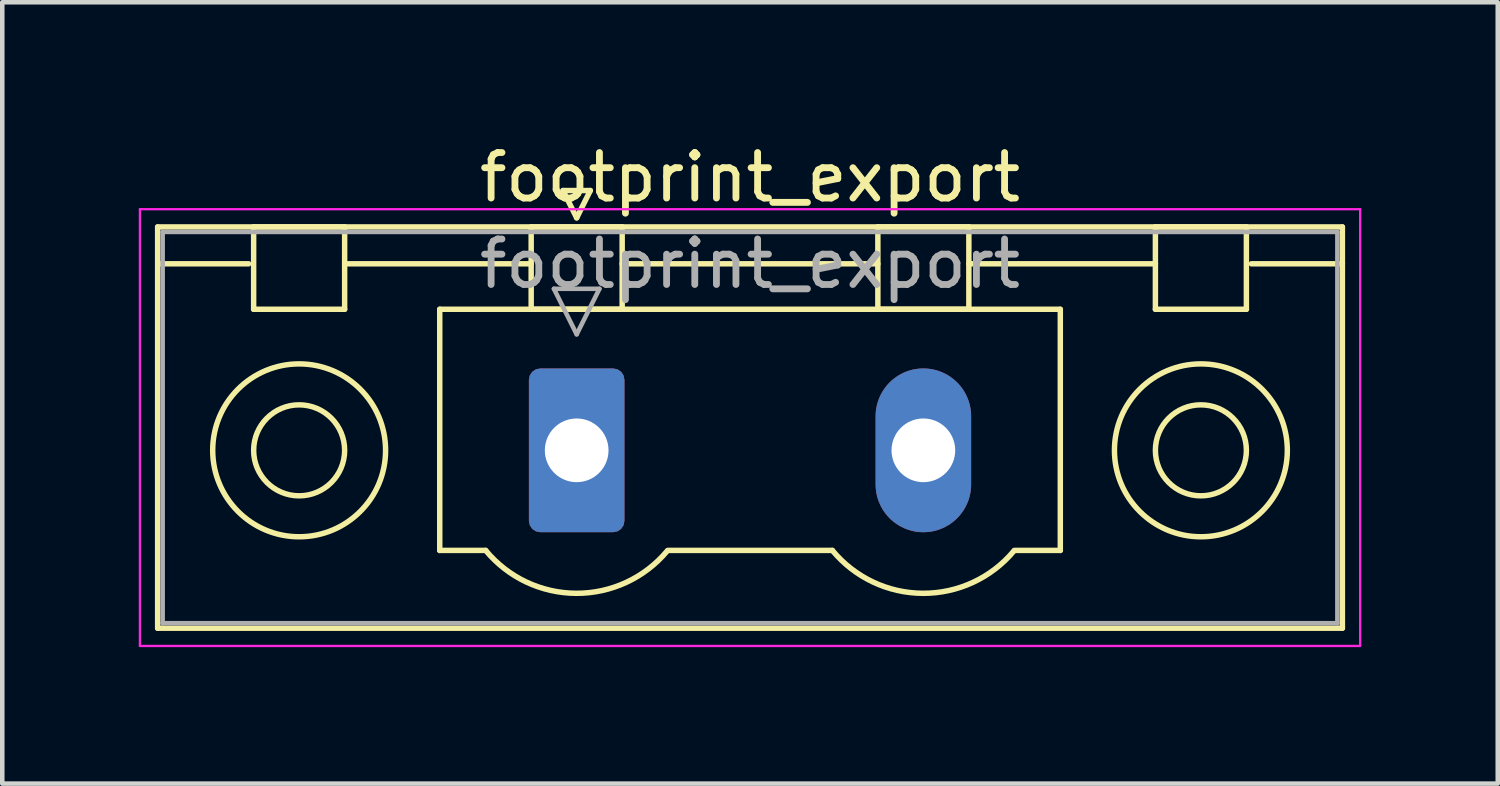
<source format=kicad_pcb>
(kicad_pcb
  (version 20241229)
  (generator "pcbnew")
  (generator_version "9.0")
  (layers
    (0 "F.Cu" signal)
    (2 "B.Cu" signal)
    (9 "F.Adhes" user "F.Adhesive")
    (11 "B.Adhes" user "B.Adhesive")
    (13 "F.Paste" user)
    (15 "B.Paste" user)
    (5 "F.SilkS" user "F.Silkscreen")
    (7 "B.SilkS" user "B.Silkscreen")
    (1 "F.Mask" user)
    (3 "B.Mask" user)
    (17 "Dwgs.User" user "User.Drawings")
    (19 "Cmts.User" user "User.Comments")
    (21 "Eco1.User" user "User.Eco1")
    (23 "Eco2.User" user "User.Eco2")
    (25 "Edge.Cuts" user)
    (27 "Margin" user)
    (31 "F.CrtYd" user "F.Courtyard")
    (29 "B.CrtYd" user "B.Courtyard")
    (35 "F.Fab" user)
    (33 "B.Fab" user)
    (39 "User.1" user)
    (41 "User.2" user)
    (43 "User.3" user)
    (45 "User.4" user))
  (footprint "footprint_export"
    (layer "F.Cu")
    (at 9.625 6.848)
    (property "Reference" "footprint_export" (at 3.81 -6 0) (layer "F.SilkS") (effects (font (size 1 1) (thickness 0.15))))
    (attr through_hole)
    (fp_line (start -9.21 -4.91) (end -9.21 3.91) (stroke (width 0.12) (type solid)) (layer "F.SilkS"))
    (fp_line (start -9.21 -4.1) (end -7.21 -4.1) (stroke (width 0.12) (type solid)) (layer "F.SilkS"))
    (fp_line (start -9.21 3.91) (end 16.83 3.91) (stroke (width 0.12) (type solid)) (layer "F.SilkS"))
    (fp_line (start -7.1 -4.91) (end -5.1 -4.91) (stroke (width 0.12) (type solid)) (layer "F.SilkS"))
    (fp_line (start -7.1 -3.1) (end -7.1 -4.91) (stroke (width 0.12) (type solid)) (layer "F.SilkS"))
    (fp_line (start -5.1 -4.91) (end -5.1 -3.1) (stroke (width 0.12) (type solid)) (layer "F.SilkS"))
    (fp_line (start -5.1 -4.1) (end -1 -4.1) (stroke (width 0.12) (type solid)) (layer "F.SilkS"))
    (fp_line (start -5.1 -3.1) (end -7.1 -3.1) (stroke (width 0.12) (type solid)) (layer "F.SilkS"))
    (fp_line (start -3.01 -3.1) (end 10.63 -3.1) (stroke (width 0.12) (type solid)) (layer "F.SilkS"))
    (fp_line (start -3.01 2.2) (end -3.01 -3.1) (stroke (width 0.12) (type solid)) (layer "F.SilkS"))
    (fp_line (start -2 2.2) (end -3.01 2.2) (stroke (width 0.12) (type solid)) (layer "F.SilkS"))
    (fp_line (start -1 -4.91) (end 1 -4.91) (stroke (width 0.12) (type solid)) (layer "F.SilkS"))
    (fp_line (start -1 -3.1) (end -1 -4.91) (stroke (width 0.12) (type solid)) (layer "F.SilkS"))
    (fp_line (start -0.3 -5.71) (end 0.3 -5.71) (stroke (width 0.12) (type solid)) (layer "F.SilkS"))
    (fp_line (start 0 -5.11) (end -0.3 -5.71) (stroke (width 0.12) (type solid)) (layer "F.SilkS"))
    (fp_line (start 0.3 -5.71) (end 0 -5.11) (stroke (width 0.12) (type solid)) (layer "F.SilkS"))
    (fp_line (start 1 -4.91) (end 1 -3.1) (stroke (width 0.12) (type solid)) (layer "F.SilkS"))
    (fp_line (start 1 -4.1) (end 6.62 -4.1) (stroke (width 0.12) (type solid)) (layer "F.SilkS"))
    (fp_line (start 1 -3.1) (end -1 -3.1) (stroke (width 0.12) (type solid)) (layer "F.SilkS"))
    (fp_line (start 2 2.2) (end 5.62 2.2) (stroke (width 0.12) (type solid)) (layer "F.SilkS"))
    (fp_line (start 6.62 -4.91) (end 8.62 -4.91) (stroke (width 0.12) (type solid)) (layer "F.SilkS"))
    (fp_line (start 6.62 -3.1) (end 6.62 -4.91) (stroke (width 0.12) (type solid)) (layer "F.SilkS"))
    (fp_line (start 8.62 -4.91) (end 8.62 -3.1) (stroke (width 0.12) (type solid)) (layer "F.SilkS"))
    (fp_line (start 8.62 -4.1) (end 12.72 -4.1) (stroke (width 0.12) (type solid)) (layer "F.SilkS"))
    (fp_line (start 8.62 -3.1) (end 6.62 -3.1) (stroke (width 0.12) (type solid)) (layer "F.SilkS"))
    (fp_line (start 10.63 -3.1) (end 10.63 2.2) (stroke (width 0.12) (type solid)) (layer "F.SilkS"))
    (fp_line (start 10.63 2.2) (end 9.62 2.2) (stroke (width 0.12) (type solid)) (layer "F.SilkS"))
    (fp_line (start 12.72 -4.91) (end 14.72 -4.91) (stroke (width 0.12) (type solid)) (layer "F.SilkS"))
    (fp_line (start 12.72 -3.1) (end 12.72 -4.91) (stroke (width 0.12) (type solid)) (layer "F.SilkS"))
    (fp_line (start 14.72 -4.91) (end 14.72 -3.1) (stroke (width 0.12) (type solid)) (layer "F.SilkS"))
    (fp_line (start 14.72 -3.1) (end 12.72 -3.1) (stroke (width 0.12) (type solid)) (layer "F.SilkS"))
    (fp_line (start 16.83 -4.91) (end -9.21 -4.91) (stroke (width 0.12) (type solid)) (layer "F.SilkS"))
    (fp_line (start 16.83 -4.1) (end 14.83 -4.1) (stroke (width 0.12) (type solid)) (layer "F.SilkS"))
    (fp_line (start 16.83 3.91) (end 16.83 -4.91) (stroke (width 0.12) (type solid)) (layer "F.SilkS"))
    (fp_arc (start 1.986842 2.215821) (mid -0.010289 3.142758) (end -2 2.2) (stroke (width 0.12) (type solid)) (layer "F.SilkS"))
    (fp_arc (start 9.606842 2.215821) (mid 7.609711 3.142758) (end 5.62 2.2) (stroke (width 0.12) (type solid)) (layer "F.SilkS"))
    (fp_circle (center -6.1 0) (end -5.1 0) (stroke (width 0.12) (type solid)) (fill no) (layer "F.SilkS"))
    (fp_circle (center -6.1 0) (end -4.2 0) (stroke (width 0.12) (type solid)) (fill no) (layer "F.SilkS"))
    (fp_circle (center 13.72 0) (end 14.72 0) (stroke (width 0.12) (type solid)) (fill no) (layer "F.SilkS"))
    (fp_circle (center 13.72 0) (end 15.62 0) (stroke (width 0.12) (type solid)) (fill no) (layer "F.SilkS"))
    (fp_line (start -9.6 -5.3) (end -9.6 4.3) (stroke (width 0.05) (type solid)) (layer "F.CrtYd"))
    (fp_line (start -9.6 4.3) (end 17.22 4.3) (stroke (width 0.05) (type solid)) (layer "F.CrtYd"))
    (fp_line (start 17.22 -5.3) (end -9.6 -5.3) (stroke (width 0.05) (type solid)) (layer "F.CrtYd"))
    (fp_line (start 17.22 4.3) (end 17.22 -5.3) (stroke (width 0.05) (type solid)) (layer "F.CrtYd"))
    (fp_line (start -9.1 -4.8) (end -9.1 3.8) (stroke (width 0.1) (type solid)) (layer "F.Fab"))
    (fp_line (start -9.1 3.8) (end 16.72 3.8) (stroke (width 0.1) (type solid)) (layer "F.Fab"))
    (fp_line (start -0.5 -3.55) (end 0.5 -3.55) (stroke (width 0.1) (type solid)) (layer "F.Fab"))
    (fp_line (start 0 -2.55) (end -0.5 -3.55) (stroke (width 0.1) (type solid)) (layer "F.Fab"))
    (fp_line (start 0.5 -3.55) (end 0 -2.55) (stroke (width 0.1) (type solid)) (layer "F.Fab"))
    (fp_line (start 16.72 -4.8) (end -9.1 -4.8) (stroke (width 0.1) (type solid)) (layer "F.Fab"))
    (fp_line (start 16.72 3.8) (end 16.72 -4.8) (stroke (width 0.1) (type solid)) (layer "F.Fab"))
    (fp_text user "${REFERENCE}" (at 3.81 -4.1 0) (layer "F.Fab") (effects (font (size 1 1) (thickness 0.15))))
    (pad "1" thru_hole roundrect (at 0 0) (size 2.1 3.6) (drill 1.4) (layers "*.Cu" "*.Mask") (roundrect_rratio 0.119))
    (pad "2" thru_hole oval (at 7.62 0) (size 2.1 3.6) (drill 1.4) (layers "*.Cu" "*.Mask")))
  (gr_rect
    (start -3 -3)
    (end 29.87 14.173)
    (stroke (width 0.1) (type default))
    (fill no)
    (layer "Edge.Cuts")))
</source>
